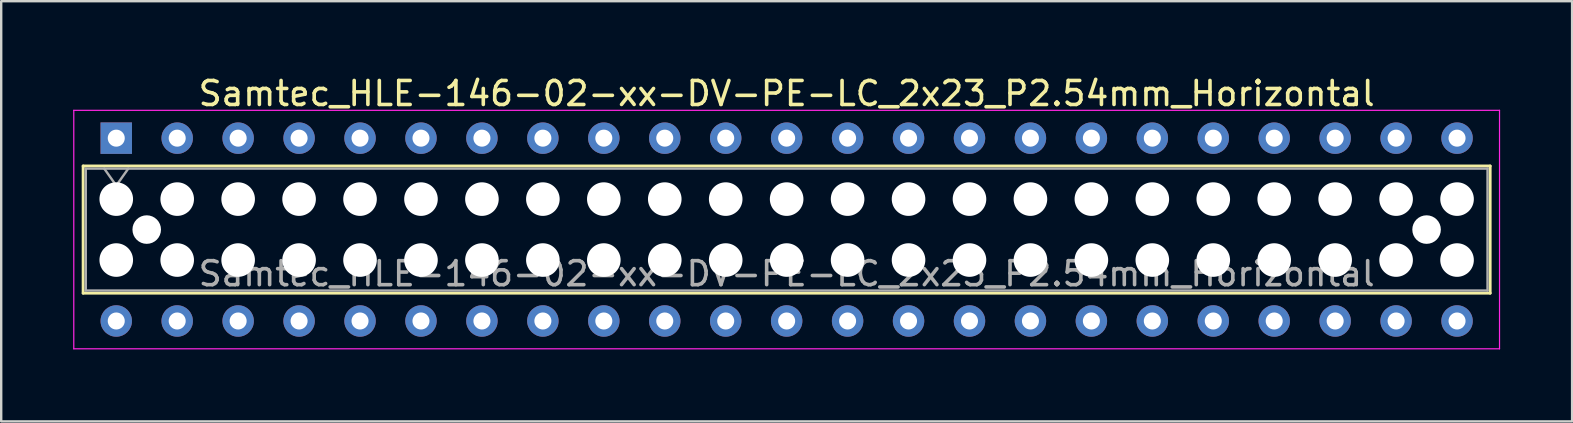
<source format=kicad_pcb>
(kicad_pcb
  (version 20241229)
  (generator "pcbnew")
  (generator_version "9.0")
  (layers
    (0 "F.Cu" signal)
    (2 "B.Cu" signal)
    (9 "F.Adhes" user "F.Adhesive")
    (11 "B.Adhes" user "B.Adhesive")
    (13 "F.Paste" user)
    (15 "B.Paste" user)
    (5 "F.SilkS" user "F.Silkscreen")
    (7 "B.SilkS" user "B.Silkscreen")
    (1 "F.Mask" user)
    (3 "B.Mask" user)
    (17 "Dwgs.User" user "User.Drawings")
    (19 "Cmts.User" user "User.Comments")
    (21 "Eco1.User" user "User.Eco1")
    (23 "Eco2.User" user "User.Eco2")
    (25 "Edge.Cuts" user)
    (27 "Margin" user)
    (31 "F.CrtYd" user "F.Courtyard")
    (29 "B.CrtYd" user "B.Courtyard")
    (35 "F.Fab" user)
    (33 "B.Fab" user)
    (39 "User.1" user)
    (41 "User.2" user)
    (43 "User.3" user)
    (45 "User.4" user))
  (footprint "Samtec_HLE-146-02-xx-DV-PE-LC_2x23_P2.54mm_Horizontal"
    (layer "F.Cu")
    (at 1.795 2.708)
    (property "Reference" "Samtec_HLE-146-02-xx-DV-PE-LC_2x23_P2.54mm_Horizontal" (at 27.94 -1.86 0) (layer "F.SilkS") (effects (font (size 1 1) (thickness 0.15))))
    (attr through_hole)
    (fp_line (start -1.38 1.16) (end 57.26 1.16) (stroke (width 0.12) (type solid)) (layer "F.SilkS"))
    (fp_line (start -1.38 6.46) (end -1.38 1.16) (stroke (width 0.12) (type solid)) (layer "F.SilkS"))
    (fp_line (start 57.26 1.16) (end 57.26 6.46) (stroke (width 0.12) (type solid)) (layer "F.SilkS"))
    (fp_line (start 57.26 6.46) (end -1.38 6.46) (stroke (width 0.12) (type solid)) (layer "F.SilkS"))
    (fp_line (start -1.77 -1.16) (end 57.65 -1.16) (stroke (width 0.05) (type solid)) (layer "F.CrtYd"))
    (fp_line (start -1.77 8.78) (end -1.77 -1.16) (stroke (width 0.05) (type solid)) (layer "F.CrtYd"))
    (fp_line (start 57.65 -1.16) (end 57.65 8.78) (stroke (width 0.05) (type solid)) (layer "F.CrtYd"))
    (fp_line (start 57.65 8.78) (end -1.77 8.78) (stroke (width 0.05) (type solid)) (layer "F.CrtYd"))
    (fp_line (start -1.27 1.27) (end 57.15 1.27) (stroke (width 0.1) (type solid)) (layer "F.Fab"))
    (fp_line (start -1.27 6.35) (end -1.27 1.27) (stroke (width 0.1) (type solid)) (layer "F.Fab"))
    (fp_line (start -0.5 1.27) (end 0 1.977) (stroke (width 0.1) (type solid)) (layer "F.Fab"))
    (fp_line (start 0 1.977) (end 0.5 1.27) (stroke (width 0.1) (type solid)) (layer "F.Fab"))
    (fp_line (start 57.15 1.27) (end 57.15 6.35) (stroke (width 0.1) (type solid)) (layer "F.Fab"))
    (fp_line (start 57.15 6.35) (end -1.27 6.35) (stroke (width 0.1) (type solid)) (layer "F.Fab"))
    (fp_text user "${REFERENCE}" (at 27.94 5.65 0) (layer "F.Fab") (effects (font (size 1 1) (thickness 0.15))))
    (pad "" np_thru_hole circle (at 0 2.54) (size 1.4 1.4) (drill 1.4) (layers "*.Cu" "*.Mask"))
    (pad "" np_thru_hole circle (at 0 5.08) (size 1.4 1.4) (drill 1.4) (layers "*.Cu" "*.Mask"))
    (pad "" np_thru_hole circle (at 1.27 3.81) (size 1.19 1.19) (drill 1.19) (layers "*.Cu" "*.Mask"))
    (pad "" np_thru_hole circle (at 2.54 2.54) (size 1.4 1.4) (drill 1.4) (layers "*.Cu" "*.Mask"))
    (pad "" np_thru_hole circle (at 2.54 5.08) (size 1.4 1.4) (drill 1.4) (layers "*.Cu" "*.Mask"))
    (pad "" np_thru_hole circle (at 5.08 2.54) (size 1.4 1.4) (drill 1.4) (layers "*.Cu" "*.Mask"))
    (pad "" np_thru_hole circle (at 5.08 5.08) (size 1.4 1.4) (drill 1.4) (layers "*.Cu" "*.Mask"))
    (pad "" np_thru_hole circle (at 7.62 2.54) (size 1.4 1.4) (drill 1.4) (layers "*.Cu" "*.Mask"))
    (pad "" np_thru_hole circle (at 7.62 5.08) (size 1.4 1.4) (drill 1.4) (layers "*.Cu" "*.Mask"))
    (pad "" np_thru_hole circle (at 10.16 2.54) (size 1.4 1.4) (drill 1.4) (layers "*.Cu" "*.Mask"))
    (pad "" np_thru_hole circle (at 10.16 5.08) (size 1.4 1.4) (drill 1.4) (layers "*.Cu" "*.Mask"))
    (pad "" np_thru_hole circle (at 12.7 2.54) (size 1.4 1.4) (drill 1.4) (layers "*.Cu" "*.Mask"))
    (pad "" np_thru_hole circle (at 12.7 5.08) (size 1.4 1.4) (drill 1.4) (layers "*.Cu" "*.Mask"))
    (pad "" np_thru_hole circle (at 15.24 2.54) (size 1.4 1.4) (drill 1.4) (layers "*.Cu" "*.Mask"))
    (pad "" np_thru_hole circle (at 15.24 5.08) (size 1.4 1.4) (drill 1.4) (layers "*.Cu" "*.Mask"))
    (pad "" np_thru_hole circle (at 17.78 2.54) (size 1.4 1.4) (drill 1.4) (layers "*.Cu" "*.Mask"))
    (pad "" np_thru_hole circle (at 17.78 5.08) (size 1.4 1.4) (drill 1.4) (layers "*.Cu" "*.Mask"))
    (pad "" np_thru_hole circle (at 20.32 2.54) (size 1.4 1.4) (drill 1.4) (layers "*.Cu" "*.Mask"))
    (pad "" np_thru_hole circle (at 20.32 5.08) (size 1.4 1.4) (drill 1.4) (layers "*.Cu" "*.Mask"))
    (pad "" np_thru_hole circle (at 22.86 2.54) (size 1.4 1.4) (drill 1.4) (layers "*.Cu" "*.Mask"))
    (pad "" np_thru_hole circle (at 22.86 5.08) (size 1.4 1.4) (drill 1.4) (layers "*.Cu" "*.Mask"))
    (pad "" np_thru_hole circle (at 25.4 2.54) (size 1.4 1.4) (drill 1.4) (layers "*.Cu" "*.Mask"))
    (pad "" np_thru_hole circle (at 25.4 5.08) (size 1.4 1.4) (drill 1.4) (layers "*.Cu" "*.Mask"))
    (pad "" np_thru_hole circle (at 27.94 2.54) (size 1.4 1.4) (drill 1.4) (layers "*.Cu" "*.Mask"))
    (pad "" np_thru_hole circle (at 27.94 5.08) (size 1.4 1.4) (drill 1.4) (layers "*.Cu" "*.Mask"))
    (pad "" np_thru_hole circle (at 30.48 2.54) (size 1.4 1.4) (drill 1.4) (layers "*.Cu" "*.Mask"))
    (pad "" np_thru_hole circle (at 30.48 5.08) (size 1.4 1.4) (drill 1.4) (layers "*.Cu" "*.Mask"))
    (pad "" np_thru_hole circle (at 33.02 2.54) (size 1.4 1.4) (drill 1.4) (layers "*.Cu" "*.Mask"))
    (pad "" np_thru_hole circle (at 33.02 5.08) (size 1.4 1.4) (drill 1.4) (layers "*.Cu" "*.Mask"))
    (pad "" np_thru_hole circle (at 35.56 2.54) (size 1.4 1.4) (drill 1.4) (layers "*.Cu" "*.Mask"))
    (pad "" np_thru_hole circle (at 35.56 5.08) (size 1.4 1.4) (drill 1.4) (layers "*.Cu" "*.Mask"))
    (pad "" np_thru_hole circle (at 38.1 2.54) (size 1.4 1.4) (drill 1.4) (layers "*.Cu" "*.Mask"))
    (pad "" np_thru_hole circle (at 38.1 5.08) (size 1.4 1.4) (drill 1.4) (layers "*.Cu" "*.Mask"))
    (pad "" np_thru_hole circle (at 40.64 2.54) (size 1.4 1.4) (drill 1.4) (layers "*.Cu" "*.Mask"))
    (pad "" np_thru_hole circle (at 40.64 5.08) (size 1.4 1.4) (drill 1.4) (layers "*.Cu" "*.Mask"))
    (pad "" np_thru_hole circle (at 43.18 2.54) (size 1.4 1.4) (drill 1.4) (layers "*.Cu" "*.Mask"))
    (pad "" np_thru_hole circle (at 43.18 5.08) (size 1.4 1.4) (drill 1.4) (layers "*.Cu" "*.Mask"))
    (pad "" np_thru_hole circle (at 45.72 2.54) (size 1.4 1.4) (drill 1.4) (layers "*.Cu" "*.Mask"))
    (pad "" np_thru_hole circle (at 45.72 5.08) (size 1.4 1.4) (drill 1.4) (layers "*.Cu" "*.Mask"))
    (pad "" np_thru_hole circle (at 48.26 2.54) (size 1.4 1.4) (drill 1.4) (layers "*.Cu" "*.Mask"))
    (pad "" np_thru_hole circle (at 48.26 5.08) (size 1.4 1.4) (drill 1.4) (layers "*.Cu" "*.Mask"))
    (pad "" np_thru_hole circle (at 50.8 2.54) (size 1.4 1.4) (drill 1.4) (layers "*.Cu" "*.Mask"))
    (pad "" np_thru_hole circle (at 50.8 5.08) (size 1.4 1.4) (drill 1.4) (layers "*.Cu" "*.Mask"))
    (pad "" np_thru_hole circle (at 53.34 2.54) (size 1.4 1.4) (drill 1.4) (layers "*.Cu" "*.Mask"))
    (pad "" np_thru_hole circle (at 53.34 5.08) (size 1.4 1.4) (drill 1.4) (layers "*.Cu" "*.Mask"))
    (pad "" np_thru_hole circle (at 54.61 3.81) (size 1.19 1.19) (drill 1.19) (layers "*.Cu" "*.Mask"))
    (pad "" np_thru_hole circle (at 55.88 2.54) (size 1.4 1.4) (drill 1.4) (layers "*.Cu" "*.Mask"))
    (pad "" np_thru_hole circle (at 55.88 5.08) (size 1.4 1.4) (drill 1.4) (layers "*.Cu" "*.Mask"))
    (pad "1" thru_hole rect (at 0 0) (size 1.31 1.31) (drill 0.71) (layers "*.Cu" "*.Mask"))
    (pad "2" thru_hole circle (at 0 7.62) (size 1.31 1.31) (drill 0.71) (layers "*.Cu" "*.Mask"))
    (pad "3" thru_hole circle (at 2.54 0) (size 1.31 1.31) (drill 0.71) (layers "*.Cu" "*.Mask"))
    (pad "4" thru_hole circle (at 2.54 7.62) (size 1.31 1.31) (drill 0.71) (layers "*.Cu" "*.Mask"))
    (pad "5" thru_hole circle (at 5.08 0) (size 1.31 1.31) (drill 0.71) (layers "*.Cu" "*.Mask"))
    (pad "6" thru_hole circle (at 5.08 7.62) (size 1.31 1.31) (drill 0.71) (layers "*.Cu" "*.Mask"))
    (pad "7" thru_hole circle (at 7.62 0) (size 1.31 1.31) (drill 0.71) (layers "*.Cu" "*.Mask"))
    (pad "8" thru_hole circle (at 7.62 7.62) (size 1.31 1.31) (drill 0.71) (layers "*.Cu" "*.Mask"))
    (pad "9" thru_hole circle (at 10.16 0) (size 1.31 1.31) (drill 0.71) (layers "*.Cu" "*.Mask"))
    (pad "10" thru_hole circle (at 10.16 7.62) (size 1.31 1.31) (drill 0.71) (layers "*.Cu" "*.Mask"))
    (pad "11" thru_hole circle (at 12.7 0) (size 1.31 1.31) (drill 0.71) (layers "*.Cu" "*.Mask"))
    (pad "12" thru_hole circle (at 12.7 7.62) (size 1.31 1.31) (drill 0.71) (layers "*.Cu" "*.Mask"))
    (pad "13" thru_hole circle (at 15.24 0) (size 1.31 1.31) (drill 0.71) (layers "*.Cu" "*.Mask"))
    (pad "14" thru_hole circle (at 15.24 7.62) (size 1.31 1.31) (drill 0.71) (layers "*.Cu" "*.Mask"))
    (pad "15" thru_hole circle (at 17.78 0) (size 1.31 1.31) (drill 0.71) (layers "*.Cu" "*.Mask"))
    (pad "16" thru_hole circle (at 17.78 7.62) (size 1.31 1.31) (drill 0.71) (layers "*.Cu" "*.Mask"))
    (pad "17" thru_hole circle (at 20.32 0) (size 1.31 1.31) (drill 0.71) (layers "*.Cu" "*.Mask"))
    (pad "18" thru_hole circle (at 20.32 7.62) (size 1.31 1.31) (drill 0.71) (layers "*.Cu" "*.Mask"))
    (pad "19" thru_hole circle (at 22.86 0) (size 1.31 1.31) (drill 0.71) (layers "*.Cu" "*.Mask"))
    (pad "20" thru_hole circle (at 22.86 7.62) (size 1.31 1.31) (drill 0.71) (layers "*.Cu" "*.Mask"))
    (pad "21" thru_hole circle (at 25.4 0) (size 1.31 1.31) (drill 0.71) (layers "*.Cu" "*.Mask"))
    (pad "22" thru_hole circle (at 25.4 7.62) (size 1.31 1.31) (drill 0.71) (layers "*.Cu" "*.Mask"))
    (pad "23" thru_hole circle (at 27.94 0) (size 1.31 1.31) (drill 0.71) (layers "*.Cu" "*.Mask"))
    (pad "24" thru_hole circle (at 27.94 7.62) (size 1.31 1.31) (drill 0.71) (layers "*.Cu" "*.Mask"))
    (pad "25" thru_hole circle (at 30.48 0) (size 1.31 1.31) (drill 0.71) (layers "*.Cu" "*.Mask"))
    (pad "26" thru_hole circle (at 30.48 7.62) (size 1.31 1.31) (drill 0.71) (layers "*.Cu" "*.Mask"))
    (pad "27" thru_hole circle (at 33.02 0) (size 1.31 1.31) (drill 0.71) (layers "*.Cu" "*.Mask"))
    (pad "28" thru_hole circle (at 33.02 7.62) (size 1.31 1.31) (drill 0.71) (layers "*.Cu" "*.Mask"))
    (pad "29" thru_hole circle (at 35.56 0) (size 1.31 1.31) (drill 0.71) (layers "*.Cu" "*.Mask"))
    (pad "30" thru_hole circle (at 35.56 7.62) (size 1.31 1.31) (drill 0.71) (layers "*.Cu" "*.Mask"))
    (pad "31" thru_hole circle (at 38.1 0) (size 1.31 1.31) (drill 0.71) (layers "*.Cu" "*.Mask"))
    (pad "32" thru_hole circle (at 38.1 7.62) (size 1.31 1.31) (drill 0.71) (layers "*.Cu" "*.Mask"))
    (pad "33" thru_hole circle (at 40.64 0) (size 1.31 1.31) (drill 0.71) (layers "*.Cu" "*.Mask"))
    (pad "34" thru_hole circle (at 40.64 7.62) (size 1.31 1.31) (drill 0.71) (layers "*.Cu" "*.Mask"))
    (pad "35" thru_hole circle (at 43.18 0) (size 1.31 1.31) (drill 0.71) (layers "*.Cu" "*.Mask"))
    (pad "36" thru_hole circle (at 43.18 7.62) (size 1.31 1.31) (drill 0.71) (layers "*.Cu" "*.Mask"))
    (pad "37" thru_hole circle (at 45.72 0) (size 1.31 1.31) (drill 0.71) (layers "*.Cu" "*.Mask"))
    (pad "38" thru_hole circle (at 45.72 7.62) (size 1.31 1.31) (drill 0.71) (layers "*.Cu" "*.Mask"))
    (pad "39" thru_hole circle (at 48.26 0) (size 1.31 1.31) (drill 0.71) (layers "*.Cu" "*.Mask"))
    (pad "40" thru_hole circle (at 48.26 7.62) (size 1.31 1.31) (drill 0.71) (layers "*.Cu" "*.Mask"))
    (pad "41" thru_hole circle (at 50.8 0) (size 1.31 1.31) (drill 0.71) (layers "*.Cu" "*.Mask"))
    (pad "42" thru_hole circle (at 50.8 7.62) (size 1.31 1.31) (drill 0.71) (layers "*.Cu" "*.Mask"))
    (pad "43" thru_hole circle (at 53.34 0) (size 1.31 1.31) (drill 0.71) (layers "*.Cu" "*.Mask"))
    (pad "44" thru_hole circle (at 53.34 7.62) (size 1.31 1.31) (drill 0.71) (layers "*.Cu" "*.Mask"))
    (pad "45" thru_hole circle (at 55.88 0) (size 1.31 1.31) (drill 0.71) (layers "*.Cu" "*.Mask"))
    (pad "46" thru_hole circle (at 55.88 7.62) (size 1.31 1.31) (drill 0.71) (layers "*.Cu" "*.Mask")))
  (gr_rect
    (start -3 -3)
    (end 62.47 14.513)
    (stroke (width 0.1) (type default))
    (fill no)
    (layer "Edge.Cuts")))
</source>
